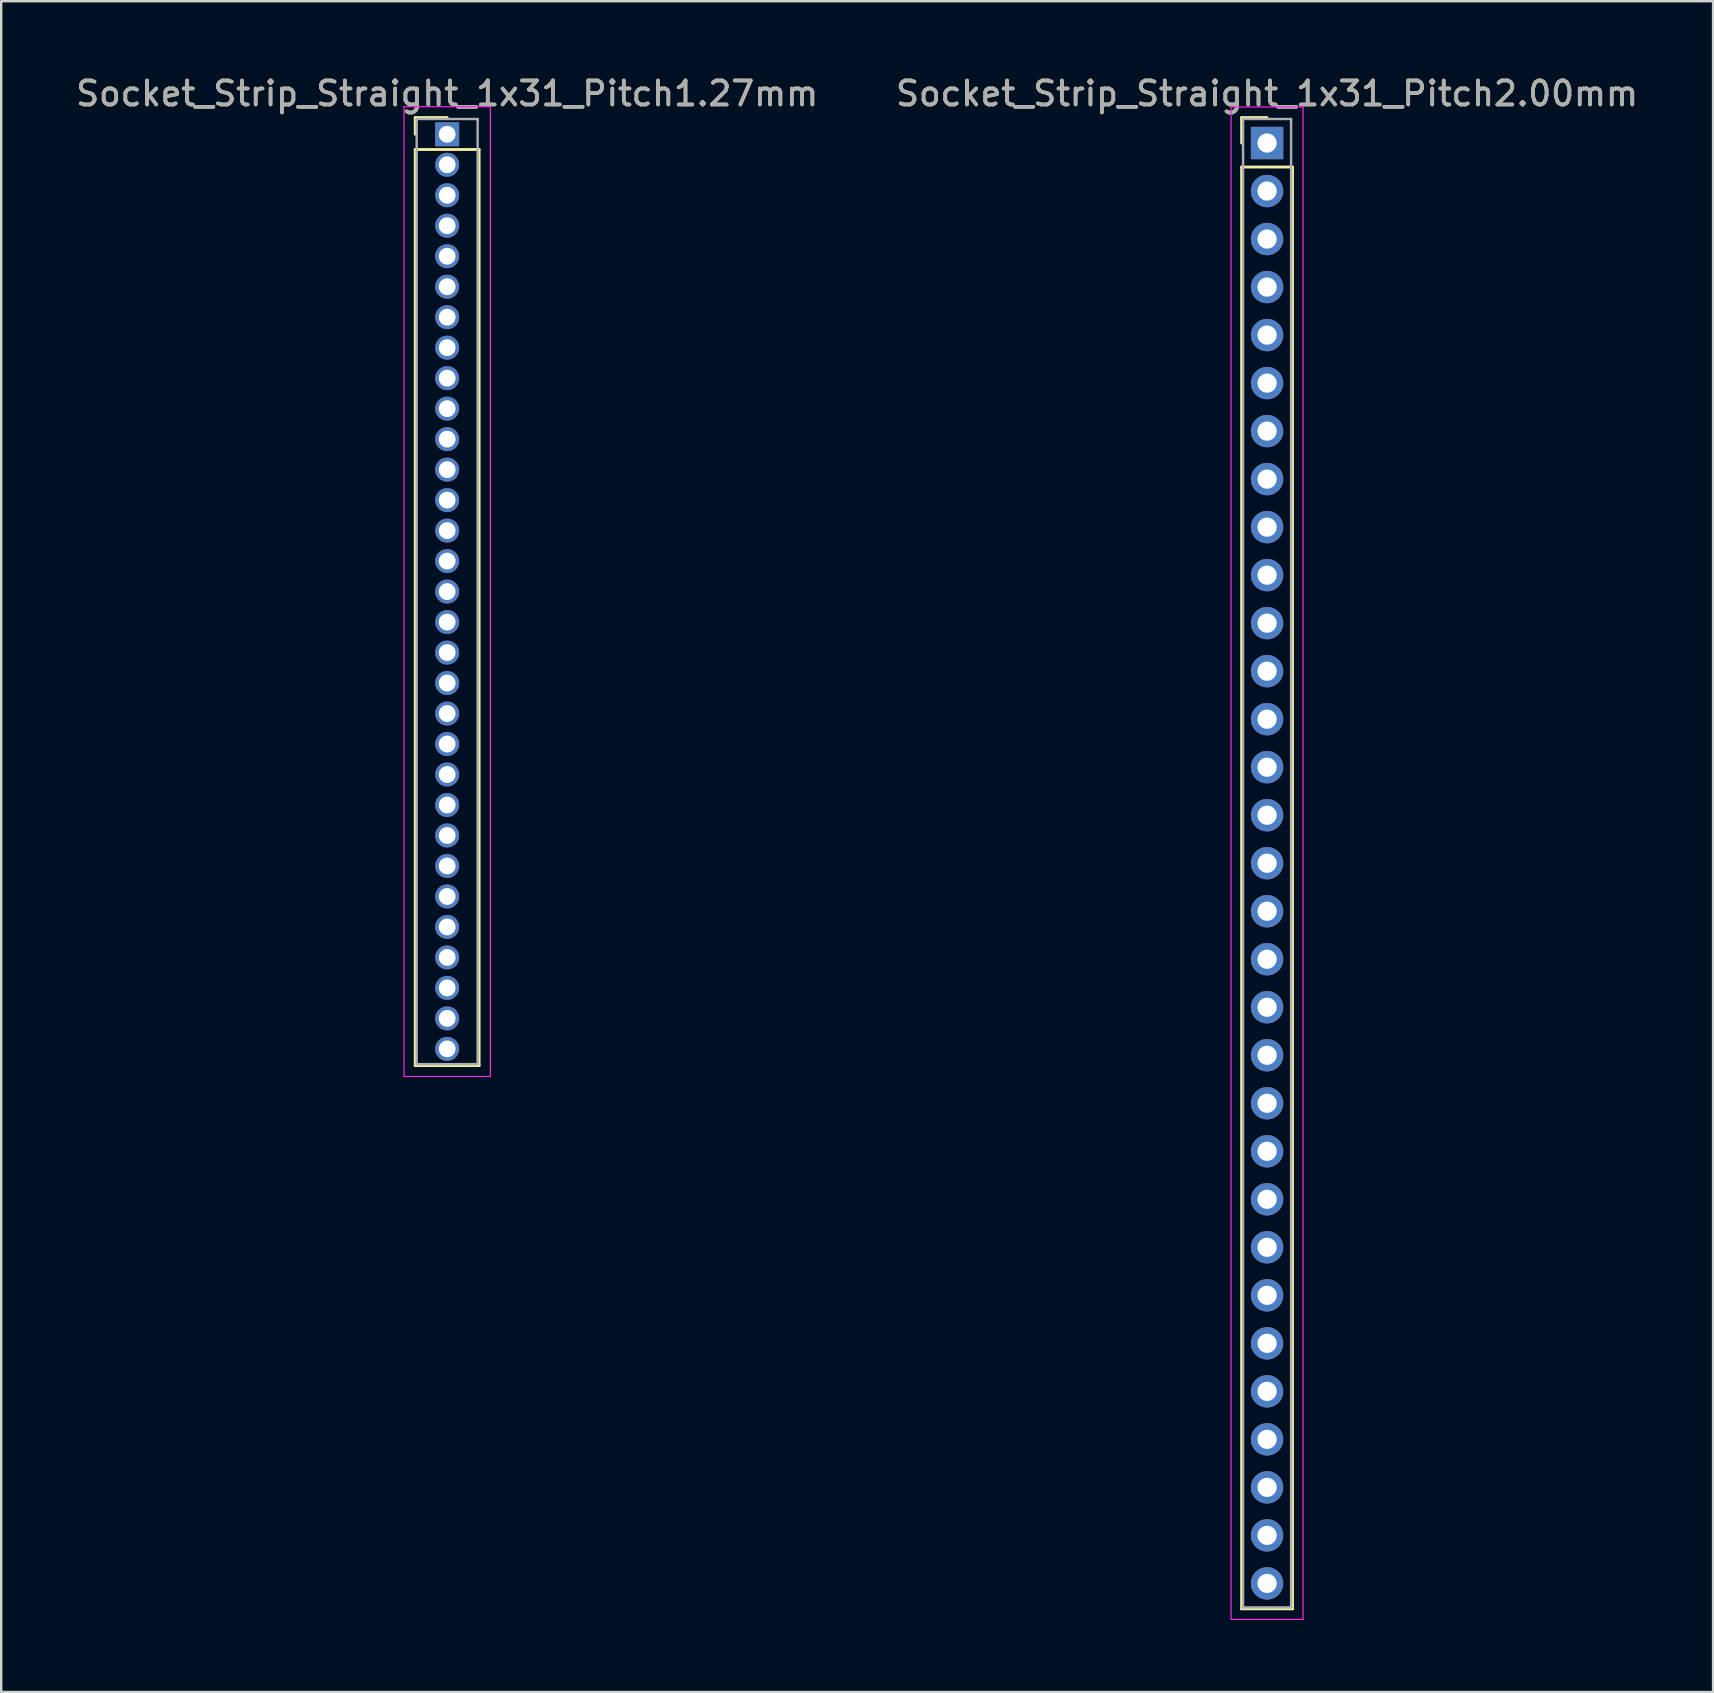
<source format=kicad_pcb>
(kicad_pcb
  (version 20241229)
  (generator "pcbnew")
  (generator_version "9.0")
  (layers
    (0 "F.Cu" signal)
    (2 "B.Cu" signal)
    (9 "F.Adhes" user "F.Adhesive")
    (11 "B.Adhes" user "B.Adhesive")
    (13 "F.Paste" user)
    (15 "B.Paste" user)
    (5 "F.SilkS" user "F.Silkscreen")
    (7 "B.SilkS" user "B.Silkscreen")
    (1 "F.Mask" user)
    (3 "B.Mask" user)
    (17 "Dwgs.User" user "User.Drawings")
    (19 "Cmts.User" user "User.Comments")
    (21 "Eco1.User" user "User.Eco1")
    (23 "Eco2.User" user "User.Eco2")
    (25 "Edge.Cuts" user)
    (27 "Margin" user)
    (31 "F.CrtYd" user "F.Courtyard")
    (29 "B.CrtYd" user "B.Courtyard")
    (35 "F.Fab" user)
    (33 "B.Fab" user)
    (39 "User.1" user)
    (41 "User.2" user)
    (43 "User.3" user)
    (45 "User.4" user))
  (footprint "Socket_Strip_Straight_1x31_Pitch1.27mm"
    (layer "F.Cu")
    (at 15.577 2.543)
    (property "Reference" "Socket_Strip_Straight_1x31_Pitch1.27mm" (at 0 -1.695 0) (layer "F.SilkS") (effects (font (size 1 1) (thickness 0.15))))
    (attr through_hole)
    (fp_line (start -1.33 -0.695) (end 0 -0.695) (stroke (width 0.12) (type solid)) (layer "F.SilkS"))
    (fp_line (start -1.33 0) (end -1.33 -0.695) (stroke (width 0.12) (type solid)) (layer "F.SilkS"))
    (fp_line (start -1.33 0.635) (end -1.33 38.795) (stroke (width 0.12) (type solid)) (layer "F.SilkS"))
    (fp_line (start -1.33 38.795) (end 1.33 38.795) (stroke (width 0.12) (type solid)) (layer "F.SilkS"))
    (fp_line (start 1.33 0.635) (end -1.33 0.635) (stroke (width 0.12) (type solid)) (layer "F.SilkS"))
    (fp_line (start 1.33 38.795) (end 1.33 0.635) (stroke (width 0.12) (type solid)) (layer "F.SilkS"))
    (fp_line (start -1.8 -1.15) (end -1.8 39.25) (stroke (width 0.05) (type solid)) (layer "F.CrtYd"))
    (fp_line (start -1.8 39.25) (end 1.8 39.25) (stroke (width 0.05) (type solid)) (layer "F.CrtYd"))
    (fp_line (start 1.8 -1.15) (end -1.8 -1.15) (stroke (width 0.05) (type solid)) (layer "F.CrtYd"))
    (fp_line (start 1.8 39.25) (end 1.8 -1.15) (stroke (width 0.05) (type solid)) (layer "F.CrtYd"))
    (fp_line (start -1.27 -0.635) (end -1.27 38.735) (stroke (width 0.1) (type solid)) (layer "F.Fab"))
    (fp_line (start -1.27 38.735) (end 1.27 38.735) (stroke (width 0.1) (type solid)) (layer "F.Fab"))
    (fp_line (start 1.27 -0.635) (end -1.27 -0.635) (stroke (width 0.1) (type solid)) (layer "F.Fab"))
    (fp_line (start 1.27 38.735) (end 1.27 -0.635) (stroke (width 0.1) (type solid)) (layer "F.Fab"))
    (fp_text user "${REFERENCE}" (at 0 -1.695 0) (layer "F.Fab") (effects (font (size 1 1) (thickness 0.15))))
    (pad "1" thru_hole rect (at 0 0) (size 1 1) (drill 0.7) (layers "*.Cu" "*.Mask"))
    (pad "2" thru_hole oval (at 0 1.27) (size 1 1) (drill 0.7) (layers "*.Cu" "*.Mask"))
    (pad "3" thru_hole oval (at 0 2.54) (size 1 1) (drill 0.7) (layers "*.Cu" "*.Mask"))
    (pad "4" thru_hole oval (at 0 3.81) (size 1 1) (drill 0.7) (layers "*.Cu" "*.Mask"))
    (pad "5" thru_hole oval (at 0 5.08) (size 1 1) (drill 0.7) (layers "*.Cu" "*.Mask"))
    (pad "6" thru_hole oval (at 0 6.35) (size 1 1) (drill 0.7) (layers "*.Cu" "*.Mask"))
    (pad "7" thru_hole oval (at 0 7.62) (size 1 1) (drill 0.7) (layers "*.Cu" "*.Mask"))
    (pad "8" thru_hole oval (at 0 8.89) (size 1 1) (drill 0.7) (layers "*.Cu" "*.Mask"))
    (pad "9" thru_hole oval (at 0 10.16) (size 1 1) (drill 0.7) (layers "*.Cu" "*.Mask"))
    (pad "10" thru_hole oval (at 0 11.43) (size 1 1) (drill 0.7) (layers "*.Cu" "*.Mask"))
    (pad "11" thru_hole oval (at 0 12.7) (size 1 1) (drill 0.7) (layers "*.Cu" "*.Mask"))
    (pad "12" thru_hole oval (at 0 13.97) (size 1 1) (drill 0.7) (layers "*.Cu" "*.Mask"))
    (pad "13" thru_hole oval (at 0 15.24) (size 1 1) (drill 0.7) (layers "*.Cu" "*.Mask"))
    (pad "14" thru_hole oval (at 0 16.51) (size 1 1) (drill 0.7) (layers "*.Cu" "*.Mask"))
    (pad "15" thru_hole oval (at 0 17.78) (size 1 1) (drill 0.7) (layers "*.Cu" "*.Mask"))
    (pad "16" thru_hole oval (at 0 19.05) (size 1 1) (drill 0.7) (layers "*.Cu" "*.Mask"))
    (pad "17" thru_hole oval (at 0 20.32) (size 1 1) (drill 0.7) (layers "*.Cu" "*.Mask"))
    (pad "18" thru_hole oval (at 0 21.59) (size 1 1) (drill 0.7) (layers "*.Cu" "*.Mask"))
    (pad "19" thru_hole oval (at 0 22.86) (size 1 1) (drill 0.7) (layers "*.Cu" "*.Mask"))
    (pad "20" thru_hole oval (at 0 24.13) (size 1 1) (drill 0.7) (layers "*.Cu" "*.Mask"))
    (pad "21" thru_hole oval (at 0 25.4) (size 1 1) (drill 0.7) (layers "*.Cu" "*.Mask"))
    (pad "22" thru_hole oval (at 0 26.67) (size 1 1) (drill 0.7) (layers "*.Cu" "*.Mask"))
    (pad "23" thru_hole oval (at 0 27.94) (size 1 1) (drill 0.7) (layers "*.Cu" "*.Mask"))
    (pad "24" thru_hole oval (at 0 29.21) (size 1 1) (drill 0.7) (layers "*.Cu" "*.Mask"))
    (pad "25" thru_hole oval (at 0 30.48) (size 1 1) (drill 0.7) (layers "*.Cu" "*.Mask"))
    (pad "26" thru_hole oval (at 0 31.75) (size 1 1) (drill 0.7) (layers "*.Cu" "*.Mask"))
    (pad "27" thru_hole oval (at 0 33.02) (size 1 1) (drill 0.7) (layers "*.Cu" "*.Mask"))
    (pad "28" thru_hole oval (at 0 34.29) (size 1 1) (drill 0.7) (layers "*.Cu" "*.Mask"))
    (pad "29" thru_hole oval (at 0 35.56) (size 1 1) (drill 0.7) (layers "*.Cu" "*.Mask"))
    (pad "30" thru_hole oval (at 0 36.83) (size 1 1) (drill 0.7) (layers "*.Cu" "*.Mask"))
    (pad "31" thru_hole oval (at 0 38.1) (size 1 1) (drill 0.7) (layers "*.Cu" "*.Mask")))
  (footprint "Socket_Strip_Straight_1x31_Pitch2.00mm"
    (layer "F.Cu")
    (at 49.732 2.908)
    (property "Reference" "Socket_Strip_Straight_1x31_Pitch2.00mm" (at 0 -2.06 0) (layer "F.SilkS") (effects (font (size 1 1) (thickness 0.15))))
    (attr through_hole)
    (fp_line (start -1.06 -1.06) (end 0 -1.06) (stroke (width 0.12) (type solid)) (layer "F.SilkS"))
    (fp_line (start -1.06 0) (end -1.06 -1.06) (stroke (width 0.12) (type solid)) (layer "F.SilkS"))
    (fp_line (start -1.06 1) (end -1.06 61.06) (stroke (width 0.12) (type solid)) (layer "F.SilkS"))
    (fp_line (start -1.06 61.06) (end 1.06 61.06) (stroke (width 0.12) (type solid)) (layer "F.SilkS"))
    (fp_line (start 1.06 1) (end -1.06 1) (stroke (width 0.12) (type solid)) (layer "F.SilkS"))
    (fp_line (start 1.06 61.06) (end 1.06 1) (stroke (width 0.12) (type solid)) (layer "F.SilkS"))
    (fp_line (start -1.5 -1.5) (end -1.5 61.5) (stroke (width 0.05) (type solid)) (layer "F.CrtYd"))
    (fp_line (start -1.5 61.5) (end 1.5 61.5) (stroke (width 0.05) (type solid)) (layer "F.CrtYd"))
    (fp_line (start 1.5 -1.5) (end -1.5 -1.5) (stroke (width 0.05) (type solid)) (layer "F.CrtYd"))
    (fp_line (start 1.5 61.5) (end 1.5 -1.5) (stroke (width 0.05) (type solid)) (layer "F.CrtYd"))
    (fp_line (start -1 -1) (end -1 61) (stroke (width 0.1) (type solid)) (layer "F.Fab"))
    (fp_line (start -1 61) (end 1 61) (stroke (width 0.1) (type solid)) (layer "F.Fab"))
    (fp_line (start 1 -1) (end -1 -1) (stroke (width 0.1) (type solid)) (layer "F.Fab"))
    (fp_line (start 1 61) (end 1 -1) (stroke (width 0.1) (type solid)) (layer "F.Fab"))
    (fp_text user "${REFERENCE}" (at 0 -2.06 0) (layer "F.Fab") (effects (font (size 1 1) (thickness 0.15))))
    (pad "1" thru_hole rect (at 0 0) (size 1.35 1.35) (drill 0.8) (layers "*.Cu" "*.Mask"))
    (pad "2" thru_hole oval (at 0 2) (size 1.35 1.35) (drill 0.8) (layers "*.Cu" "*.Mask"))
    (pad "3" thru_hole oval (at 0 4) (size 1.35 1.35) (drill 0.8) (layers "*.Cu" "*.Mask"))
    (pad "4" thru_hole oval (at 0 6) (size 1.35 1.35) (drill 0.8) (layers "*.Cu" "*.Mask"))
    (pad "5" thru_hole oval (at 0 8) (size 1.35 1.35) (drill 0.8) (layers "*.Cu" "*.Mask"))
    (pad "6" thru_hole oval (at 0 10) (size 1.35 1.35) (drill 0.8) (layers "*.Cu" "*.Mask"))
    (pad "7" thru_hole oval (at 0 12) (size 1.35 1.35) (drill 0.8) (layers "*.Cu" "*.Mask"))
    (pad "8" thru_hole oval (at 0 14) (size 1.35 1.35) (drill 0.8) (layers "*.Cu" "*.Mask"))
    (pad "9" thru_hole oval (at 0 16) (size 1.35 1.35) (drill 0.8) (layers "*.Cu" "*.Mask"))
    (pad "10" thru_hole oval (at 0 18) (size 1.35 1.35) (drill 0.8) (layers "*.Cu" "*.Mask"))
    (pad "11" thru_hole oval (at 0 20) (size 1.35 1.35) (drill 0.8) (layers "*.Cu" "*.Mask"))
    (pad "12" thru_hole oval (at 0 22) (size 1.35 1.35) (drill 0.8) (layers "*.Cu" "*.Mask"))
    (pad "13" thru_hole oval (at 0 24) (size 1.35 1.35) (drill 0.8) (layers "*.Cu" "*.Mask"))
    (pad "14" thru_hole oval (at 0 26) (size 1.35 1.35) (drill 0.8) (layers "*.Cu" "*.Mask"))
    (pad "15" thru_hole oval (at 0 28) (size 1.35 1.35) (drill 0.8) (layers "*.Cu" "*.Mask"))
    (pad "16" thru_hole oval (at 0 30) (size 1.35 1.35) (drill 0.8) (layers "*.Cu" "*.Mask"))
    (pad "17" thru_hole oval (at 0 32) (size 1.35 1.35) (drill 0.8) (layers "*.Cu" "*.Mask"))
    (pad "18" thru_hole oval (at 0 34) (size 1.35 1.35) (drill 0.8) (layers "*.Cu" "*.Mask"))
    (pad "19" thru_hole oval (at 0 36) (size 1.35 1.35) (drill 0.8) (layers "*.Cu" "*.Mask"))
    (pad "20" thru_hole oval (at 0 38) (size 1.35 1.35) (drill 0.8) (layers "*.Cu" "*.Mask"))
    (pad "21" thru_hole oval (at 0 40) (size 1.35 1.35) (drill 0.8) (layers "*.Cu" "*.Mask"))
    (pad "22" thru_hole oval (at 0 42) (size 1.35 1.35) (drill 0.8) (layers "*.Cu" "*.Mask"))
    (pad "23" thru_hole oval (at 0 44) (size 1.35 1.35) (drill 0.8) (layers "*.Cu" "*.Mask"))
    (pad "24" thru_hole oval (at 0 46) (size 1.35 1.35) (drill 0.8) (layers "*.Cu" "*.Mask"))
    (pad "25" thru_hole oval (at 0 48) (size 1.35 1.35) (drill 0.8) (layers "*.Cu" "*.Mask"))
    (pad "26" thru_hole oval (at 0 50) (size 1.35 1.35) (drill 0.8) (layers "*.Cu" "*.Mask"))
    (pad "27" thru_hole oval (at 0 52) (size 1.35 1.35) (drill 0.8) (layers "*.Cu" "*.Mask"))
    (pad "28" thru_hole oval (at 0 54) (size 1.35 1.35) (drill 0.8) (layers "*.Cu" "*.Mask"))
    (pad "29" thru_hole oval (at 0 56) (size 1.35 1.35) (drill 0.8) (layers "*.Cu" "*.Mask"))
    (pad "30" thru_hole oval (at 0 58) (size 1.35 1.35) (drill 0.8) (layers "*.Cu" "*.Mask"))
    (pad "31" thru_hole oval (at 0 60) (size 1.35 1.35) (drill 0.8) (layers "*.Cu" "*.Mask")))
  (gr_rect
    (start -3 -3)
    (end 68.31 67.433)
    (stroke (width 0.1) (type default))
    (fill no)
    (layer "Edge.Cuts")))
</source>
